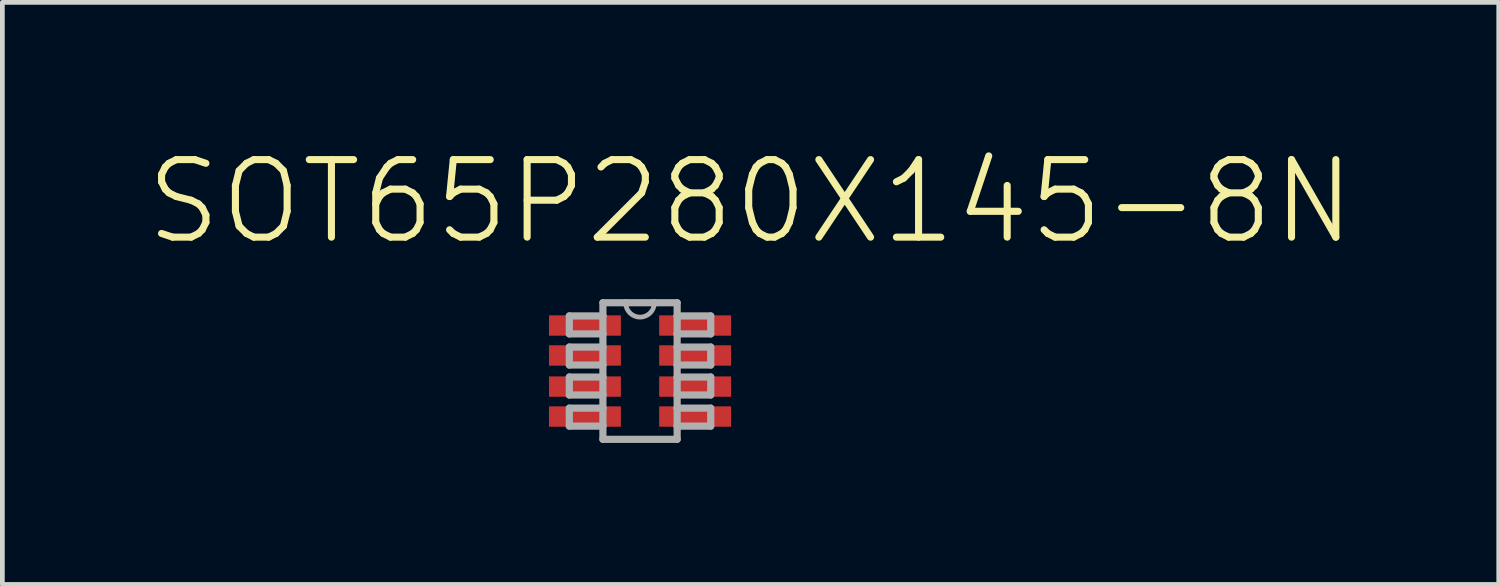
<source format=kicad_pcb>
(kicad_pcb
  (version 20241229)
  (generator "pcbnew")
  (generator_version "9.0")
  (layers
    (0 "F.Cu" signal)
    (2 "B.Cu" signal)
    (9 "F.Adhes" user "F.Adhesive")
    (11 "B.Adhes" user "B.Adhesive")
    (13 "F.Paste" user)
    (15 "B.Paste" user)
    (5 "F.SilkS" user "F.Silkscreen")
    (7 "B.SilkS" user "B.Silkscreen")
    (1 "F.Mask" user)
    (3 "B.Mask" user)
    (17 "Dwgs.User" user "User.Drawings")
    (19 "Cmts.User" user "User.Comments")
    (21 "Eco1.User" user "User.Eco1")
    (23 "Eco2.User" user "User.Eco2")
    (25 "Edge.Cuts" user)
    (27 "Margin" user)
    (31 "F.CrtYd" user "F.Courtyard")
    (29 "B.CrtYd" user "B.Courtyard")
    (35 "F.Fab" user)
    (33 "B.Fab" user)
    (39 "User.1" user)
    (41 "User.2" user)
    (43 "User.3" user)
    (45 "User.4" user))
  (footprint "SOT65P280X145-8N"
    (layer "F.Cu")
    (at 10.519 4.816)
    (property "Reference" "SOT65P280X145-8N" (at 2.343 -3.591 0) (layer "F.SilkS") (effects (font (size 1.644 1.644) (thickness 0.15))))
    (attr smd)
    (fp_line (start -1.499 -1.168) (end -1.499 -0.787) (stroke (width 0.152) (type solid)) (layer "F.Fab"))
    (fp_line (start -1.499 -0.787) (end -0.787 -0.787) (stroke (width 0.152) (type solid)) (layer "F.Fab"))
    (fp_line (start -1.499 -0.508) (end -1.499 -0.127) (stroke (width 0.152) (type solid)) (layer "F.Fab"))
    (fp_line (start -1.499 -0.127) (end -0.787 -0.127) (stroke (width 0.152) (type solid)) (layer "F.Fab"))
    (fp_line (start -1.499 0.127) (end -1.499 0.508) (stroke (width 0.152) (type solid)) (layer "F.Fab"))
    (fp_line (start -1.499 0.508) (end -0.787 0.508) (stroke (width 0.152) (type solid)) (layer "F.Fab"))
    (fp_line (start -1.499 0.787) (end -1.499 1.168) (stroke (width 0.152) (type solid)) (layer "F.Fab"))
    (fp_line (start -1.499 1.168) (end -0.787 1.168) (stroke (width 0.152) (type solid)) (layer "F.Fab"))
    (fp_line (start -0.787 -1.448) (end -0.787 -1.168) (stroke (width 0.152) (type solid)) (layer "F.Fab"))
    (fp_line (start -0.787 -1.168) (end -1.499 -1.168) (stroke (width 0.152) (type solid)) (layer "F.Fab"))
    (fp_line (start -0.787 -1.168) (end -0.787 -0.787) (stroke (width 0.152) (type solid)) (layer "F.Fab"))
    (fp_line (start -0.787 -0.787) (end -0.787 -0.508) (stroke (width 0.152) (type solid)) (layer "F.Fab"))
    (fp_line (start -0.787 -0.508) (end -1.499 -0.508) (stroke (width 0.152) (type solid)) (layer "F.Fab"))
    (fp_line (start -0.787 -0.508) (end -0.787 -0.127) (stroke (width 0.152) (type solid)) (layer "F.Fab"))
    (fp_line (start -0.787 -0.127) (end -0.787 0.127) (stroke (width 0.152) (type solid)) (layer "F.Fab"))
    (fp_line (start -0.787 0.127) (end -1.499 0.127) (stroke (width 0.152) (type solid)) (layer "F.Fab"))
    (fp_line (start -0.787 0.127) (end -0.787 0.508) (stroke (width 0.152) (type solid)) (layer "F.Fab"))
    (fp_line (start -0.787 0.508) (end -0.787 0.787) (stroke (width 0.152) (type solid)) (layer "F.Fab"))
    (fp_line (start -0.787 0.787) (end -1.499 0.787) (stroke (width 0.152) (type solid)) (layer "F.Fab"))
    (fp_line (start -0.787 1.168) (end -0.787 0.787) (stroke (width 0.152) (type solid)) (layer "F.Fab"))
    (fp_line (start -0.787 1.448) (end -0.787 1.168) (stroke (width 0.152) (type solid)) (layer "F.Fab"))
    (fp_line (start -0.787 1.448) (end 0.787 1.448) (stroke (width 0.152) (type solid)) (layer "F.Fab"))
    (fp_line (start -0.305 -1.448) (end -0.787 -1.448) (stroke (width 0.152) (type solid)) (layer "F.Fab"))
    (fp_line (start 0.305 -1.448) (end -0.305 -1.448) (stroke (width 0.152) (type solid)) (layer "F.Fab"))
    (fp_line (start 0.787 -1.448) (end 0.305 -1.448) (stroke (width 0.152) (type solid)) (layer "F.Fab"))
    (fp_line (start 0.787 -1.448) (end 0.787 -1.168) (stroke (width 0.152) (type solid)) (layer "F.Fab"))
    (fp_line (start 0.787 -1.168) (end 0.787 -0.787) (stroke (width 0.152) (type solid)) (layer "F.Fab"))
    (fp_line (start 0.787 -0.787) (end 1.499 -0.787) (stroke (width 0.152) (type solid)) (layer "F.Fab"))
    (fp_line (start 0.787 -0.508) (end 0.787 -0.787) (stroke (width 0.152) (type solid)) (layer "F.Fab"))
    (fp_line (start 0.787 -0.127) (end 0.787 -0.508) (stroke (width 0.152) (type solid)) (layer "F.Fab"))
    (fp_line (start 0.787 -0.127) (end 1.499 -0.127) (stroke (width 0.152) (type solid)) (layer "F.Fab"))
    (fp_line (start 0.787 0.127) (end 0.787 -0.127) (stroke (width 0.152) (type solid)) (layer "F.Fab"))
    (fp_line (start 0.787 0.508) (end 0.787 0.127) (stroke (width 0.152) (type solid)) (layer "F.Fab"))
    (fp_line (start 0.787 0.508) (end 1.499 0.508) (stroke (width 0.152) (type solid)) (layer "F.Fab"))
    (fp_line (start 0.787 0.787) (end 0.787 0.508) (stroke (width 0.152) (type solid)) (layer "F.Fab"))
    (fp_line (start 0.787 1.168) (end 0.787 0.787) (stroke (width 0.152) (type solid)) (layer "F.Fab"))
    (fp_line (start 0.787 1.168) (end 1.499 1.168) (stroke (width 0.152) (type solid)) (layer "F.Fab"))
    (fp_line (start 0.787 1.448) (end 0.787 1.168) (stroke (width 0.152) (type solid)) (layer "F.Fab"))
    (fp_line (start 1.499 -1.168) (end 0.787 -1.168) (stroke (width 0.152) (type solid)) (layer "F.Fab"))
    (fp_line (start 1.499 -0.787) (end 1.499 -1.168) (stroke (width 0.152) (type solid)) (layer "F.Fab"))
    (fp_line (start 1.499 -0.508) (end 0.787 -0.508) (stroke (width 0.152) (type solid)) (layer "F.Fab"))
    (fp_line (start 1.499 -0.127) (end 1.499 -0.508) (stroke (width 0.152) (type solid)) (layer "F.Fab"))
    (fp_line (start 1.499 0.127) (end 0.787 0.127) (stroke (width 0.152) (type solid)) (layer "F.Fab"))
    (fp_line (start 1.499 0.508) (end 1.499 0.127) (stroke (width 0.152) (type solid)) (layer "F.Fab"))
    (fp_line (start 1.499 0.787) (end 0.787 0.787) (stroke (width 0.152) (type solid)) (layer "F.Fab"))
    (fp_line (start 1.499 1.168) (end 1.499 0.787) (stroke (width 0.152) (type solid)) (layer "F.Fab"))
    (fp_arc (start 0.3048 -1.4478) (mid 0 -1.143) (end -0.3048 -1.4478) (stroke (width 0.1) (type solid)) (layer "F.Fab"))
    (pad "1" smd rect (at -1.168 -0.965) (size 1.524 0.432) (layers "F.Cu" "F.Mask" "F.Paste"))
    (pad "2" smd rect (at -1.168 -0.33) (size 1.524 0.432) (layers "F.Cu" "F.Mask" "F.Paste"))
    (pad "3" smd rect (at -1.168 0.33) (size 1.524 0.432) (layers "F.Cu" "F.Mask" "F.Paste"))
    (pad "4" smd rect (at -1.168 0.965) (size 1.524 0.432) (layers "F.Cu" "F.Mask" "F.Paste"))
    (pad "5" smd rect (at 1.168 0.965) (size 1.524 0.432) (layers "F.Cu" "F.Mask" "F.Paste"))
    (pad "6" smd rect (at 1.168 0.33) (size 1.524 0.432) (layers "F.Cu" "F.Mask" "F.Paste"))
    (pad "7" smd rect (at 1.168 -0.33) (size 1.524 0.432) (layers "F.Cu" "F.Mask" "F.Paste"))
    (pad "8" smd rect (at 1.168 -0.965) (size 1.524 0.432) (layers "F.Cu" "F.Mask" "F.Paste")))
  (gr_rect
    (start -3 -3)
    (end 28.724 9.34)
    (stroke (width 0.1) (type default))
    (fill no)
    (layer "Edge.Cuts")))
</source>
